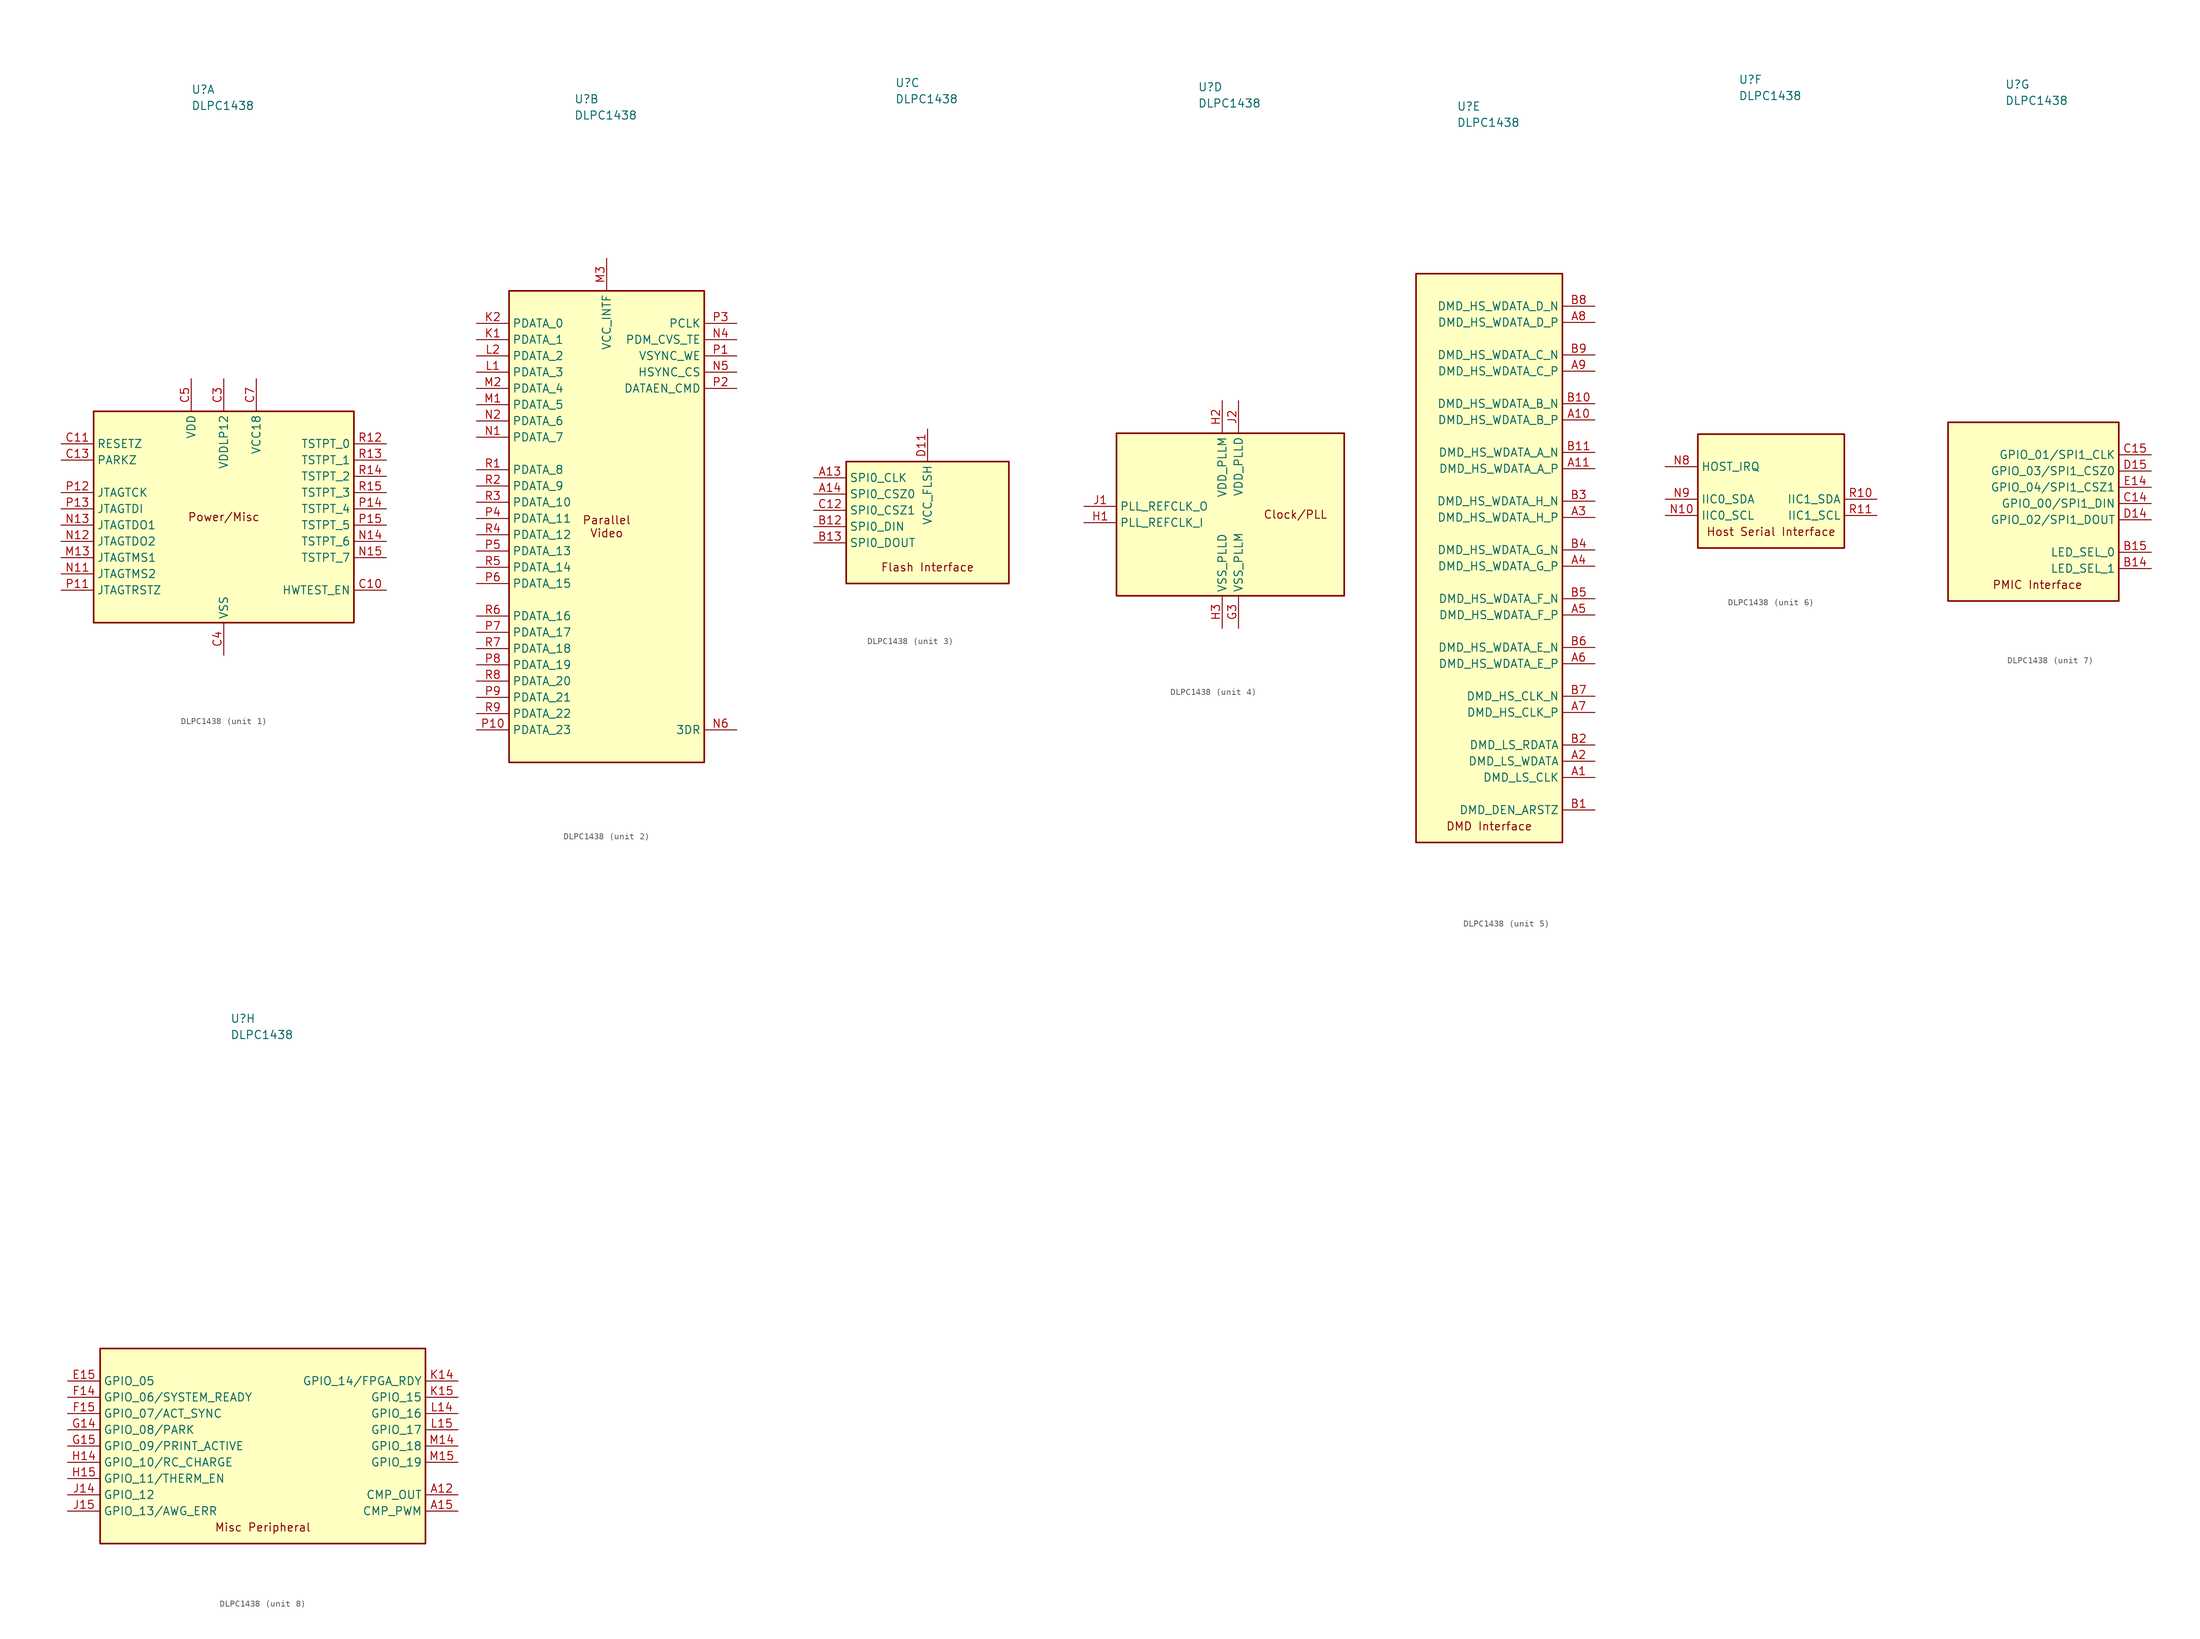
<source format=kicad_sym>
(kicad_symbol_lib
  (version 20241209)
  (generator "kicad_symbol_editor")
  (generator_version "9.0")
  (symbol "DLPC1438"
    (property "Reference" "U"
      (at -5.08 66.04 0)
      (effects (font (size 1.27 1.27)) (justify left bottom)))
    (property "Value" "DLPC1438"
      (at -5.08 63.5 0)
      (effects (font (size 1.27 1.27)) (justify left bottom)))
    (property "ki_locked" ""
      (at 0 0 0)
      (effects (font (size 1.27 1.27))))
    (symbol "DLPC1438_1_1"
      (rectangle (start -20.32 16.51) (end 20.32 -16.51) (stroke (width 0.254) (type solid)) (fill (type background)))
      (text "Power/Misc" (at 0 0 0) (effects (font (size 1.27 1.27))))
      (pin input line (at -25.4 11.43 0) (length 5.08) (name "RESETZ" (effects (font (size 1.27 1.27)))) (number "C11" (effects (font (size 1.27 1.27)))))
      (pin input line (at -25.4 8.89 0) (length 5.08) (name "PARKZ" (effects (font (size 1.27 1.27)))) (number "C13" (effects (font (size 1.27 1.27)))))
      (pin input line (at -25.4 3.81 0) (length 5.08) (name "JTAGTCK" (effects (font (size 1.27 1.27)))) (number "P12" (effects (font (size 1.27 1.27)))))
      (pin input line (at -25.4 1.27 0) (length 5.08) (name "JTAGTDI" (effects (font (size 1.27 1.27)))) (number "P13" (effects (font (size 1.27 1.27)))))
      (pin output line (at -25.4 -1.27 0) (length 5.08) (name "JTAGTDO1" (effects (font (size 1.27 1.27)))) (number "N13" (effects (font (size 1.27 1.27)))))
      (pin output line (at -25.4 -3.81 0) (length 5.08) (name "JTAGTDO2" (effects (font (size 1.27 1.27)))) (number "N12" (effects (font (size 1.27 1.27)))))
      (pin input line (at -25.4 -6.35 0) (length 5.08) (name "JTAGTMS1" (effects (font (size 1.27 1.27)))) (number "M13" (effects (font (size 1.27 1.27)))))
      (pin input line (at -25.4 -8.89 0) (length 5.08) (name "JTAGTMS2" (effects (font (size 1.27 1.27)))) (number "N11" (effects (font (size 1.27 1.27)))))
      (pin input line (at -25.4 -11.43 0) (length 5.08) (name "JTAGTRSTZ" (effects (font (size 1.27 1.27)))) (number "P11" (effects (font (size 1.27 1.27)))))
      (pin power_in line (at -5.08 21.59 270) (length 5.08) (name "VDD" (effects (font (size 1.27 1.27)))) (number "C5" (effects (font (size 1.27 1.27)))))
      (pin power_in line (at -5.08 21.59 270) (length 5.08) (hide yes) (name "VDD" (effects (font (size 1.27 1.27)))) (number "D12" (effects (font (size 1.27 1.27)))))
      (pin power_in line (at -5.08 21.59 270) (length 5.08) (hide yes) (name "VDD" (effects (font (size 1.27 1.27)))) (number "D13" (effects (font (size 1.27 1.27)))))
      (pin power_in line (at -5.08 21.59 270) (length 5.08) (hide yes) (name "VDD" (effects (font (size 1.27 1.27)))) (number "D3" (effects (font (size 1.27 1.27)))))
      (pin power_in line (at -5.08 21.59 270) (length 5.08) (hide yes) (name "VDD" (effects (font (size 1.27 1.27)))) (number "D5" (effects (font (size 1.27 1.27)))))
      (pin power_in line (at -5.08 21.59 270) (length 5.08) (hide yes) (name "VDD" (effects (font (size 1.27 1.27)))) (number "D7" (effects (font (size 1.27 1.27)))))
      (pin power_in line (at -5.08 21.59 270) (length 5.08) (hide yes) (name "VDD" (effects (font (size 1.27 1.27)))) (number "D9" (effects (font (size 1.27 1.27)))))
      (pin power_in line (at -5.08 21.59 270) (length 5.08) (hide yes) (name "VDD" (effects (font (size 1.27 1.27)))) (number "E3" (effects (font (size 1.27 1.27)))))
      (pin power_in line (at -5.08 21.59 270) (length 5.08) (hide yes) (name "VDD" (effects (font (size 1.27 1.27)))) (number "F13" (effects (font (size 1.27 1.27)))))
      (pin power_in line (at -5.08 21.59 270) (length 5.08) (hide yes) (name "VDD" (effects (font (size 1.27 1.27)))) (number "H13" (effects (font (size 1.27 1.27)))))
      (pin power_in line (at -5.08 21.59 270) (length 5.08) (hide yes) (name "VDD" (effects (font (size 1.27 1.27)))) (number "J12" (effects (font (size 1.27 1.27)))))
      (pin power_in line (at -5.08 21.59 270) (length 5.08) (hide yes) (name "VDD" (effects (font (size 1.27 1.27)))) (number "J4" (effects (font (size 1.27 1.27)))))
      (pin power_in line (at -5.08 21.59 270) (length 5.08) (hide yes) (name "VDD" (effects (font (size 1.27 1.27)))) (number "K3" (effects (font (size 1.27 1.27)))))
      (pin power_in line (at -5.08 21.59 270) (length 5.08) (hide yes) (name "VDD" (effects (font (size 1.27 1.27)))) (number "L12" (effects (font (size 1.27 1.27)))))
      (pin power_in line (at -5.08 21.59 270) (length 5.08) (hide yes) (name "VDD" (effects (font (size 1.27 1.27)))) (number "L13" (effects (font (size 1.27 1.27)))))
      (pin power_in line (at -5.08 21.59 270) (length 5.08) (hide yes) (name "VDD" (effects (font (size 1.27 1.27)))) (number "L4" (effects (font (size 1.27 1.27)))))
      (pin power_in line (at -5.08 21.59 270) (length 5.08) (hide yes) (name "VDD" (effects (font (size 1.27 1.27)))) (number "M10" (effects (font (size 1.27 1.27)))))
      (pin power_in line (at -5.08 21.59 270) (length 5.08) (hide yes) (name "VDD" (effects (font (size 1.27 1.27)))) (number "M6" (effects (font (size 1.27 1.27)))))
      (pin power_in line (at -5.08 21.59 270) (length 5.08) (hide yes) (name "VDD" (effects (font (size 1.27 1.27)))) (number "M9" (effects (font (size 1.27 1.27)))))
      (pin power_in line (at 0 21.59 270) (length 5.08) (name "VDDLP12" (effects (font (size 1.27 1.27)))) (number "C3" (effects (font (size 1.27 1.27)))))
      (pin power_in line (at 0 -21.59 90) (length 5.08) (name "VSS" (effects (font (size 1.27 1.27)))) (number "C4" (effects (font (size 1.27 1.27)))))
      (pin power_in line (at 0 -21.59 90) (length 5.08) (hide yes) (name "VSS" (effects (font (size 1.27 1.27)))) (number "C6" (effects (font (size 1.27 1.27)))))
      (pin power_in line (at 0 -21.59 90) (length 5.08) (hide yes) (name "VSS" (effects (font (size 1.27 1.27)))) (number "C8" (effects (font (size 1.27 1.27)))))
      (pin power_in line (at 0 -21.59 90) (length 5.08) (hide yes) (name "VSS" (effects (font (size 1.27 1.27)))) (number "D10" (effects (font (size 1.27 1.27)))))
      (pin power_in line (at 0 -21.59 90) (length 5.08) (hide yes) (name "VSS" (effects (font (size 1.27 1.27)))) (number "D6" (effects (font (size 1.27 1.27)))))
      (pin power_in line (at 0 -21.59 90) (length 5.08) (hide yes) (name "VSS" (effects (font (size 1.27 1.27)))) (number "D8" (effects (font (size 1.27 1.27)))))
      (pin power_in line (at 0 -21.59 90) (length 5.08) (hide yes) (name "VSS" (effects (font (size 1.27 1.27)))) (number "E13" (effects (font (size 1.27 1.27)))))
      (pin power_in line (at 0 -21.59 90) (length 5.08) (hide yes) (name "VSS" (effects (font (size 1.27 1.27)))) (number "E4" (effects (font (size 1.27 1.27)))))
      (pin power_in line (at 0 -21.59 90) (length 5.08) (hide yes) (name "VSS" (effects (font (size 1.27 1.27)))) (number "F10" (effects (font (size 1.27 1.27)))))
      (pin power_in line (at 0 -21.59 90) (length 5.08) (hide yes) (name "VSS" (effects (font (size 1.27 1.27)))) (number "F4" (effects (font (size 1.27 1.27)))))
      (pin power_in line (at 0 -21.59 90) (length 5.08) (hide yes) (name "VSS" (effects (font (size 1.27 1.27)))) (number "F6" (effects (font (size 1.27 1.27)))))
      (pin power_in line (at 0 -21.59 90) (length 5.08) (hide yes) (name "VSS" (effects (font (size 1.27 1.27)))) (number "F7" (effects (font (size 1.27 1.27)))))
      (pin power_in line (at 0 -21.59 90) (length 5.08) (hide yes) (name "VSS" (effects (font (size 1.27 1.27)))) (number "F8" (effects (font (size 1.27 1.27)))))
      (pin power_in line (at 0 -21.59 90) (length 5.08) (hide yes) (name "VSS" (effects (font (size 1.27 1.27)))) (number "F9" (effects (font (size 1.27 1.27)))))
      (pin power_in line (at 0 -21.59 90) (length 5.08) (hide yes) (name "VSS" (effects (font (size 1.27 1.27)))) (number "G10" (effects (font (size 1.27 1.27)))))
      (pin power_in line (at 0 -21.59 90) (length 5.08) (hide yes) (name "VSS" (effects (font (size 1.27 1.27)))) (number "G12" (effects (font (size 1.27 1.27)))))
      (pin power_in line (at 0 -21.59 90) (length 5.08) (hide yes) (name "VSS" (effects (font (size 1.27 1.27)))) (number "G13" (effects (font (size 1.27 1.27)))))
      (pin power_in line (at 0 -21.59 90) (length 5.08) (hide yes) (name "VSS" (effects (font (size 1.27 1.27)))) (number "G4" (effects (font (size 1.27 1.27)))))
      (pin power_in line (at 0 -21.59 90) (length 5.08) (hide yes) (name "VSS" (effects (font (size 1.27 1.27)))) (number "G6" (effects (font (size 1.27 1.27)))))
      (pin power_in line (at 0 -21.59 90) (length 5.08) (hide yes) (name "VSS" (effects (font (size 1.27 1.27)))) (number "G7" (effects (font (size 1.27 1.27)))))
      (pin power_in line (at 0 -21.59 90) (length 5.08) (hide yes) (name "VSS" (effects (font (size 1.27 1.27)))) (number "G8" (effects (font (size 1.27 1.27)))))
      (pin power_in line (at 0 -21.59 90) (length 5.08) (hide yes) (name "VSS" (effects (font (size 1.27 1.27)))) (number "G9" (effects (font (size 1.27 1.27)))))
      (pin power_in line (at 0 -21.59 90) (length 5.08) (hide yes) (name "VSS" (effects (font (size 1.27 1.27)))) (number "H10" (effects (font (size 1.27 1.27)))))
      (pin power_in line (at 0 -21.59 90) (length 5.08) (hide yes) (name "VSS" (effects (font (size 1.27 1.27)))) (number "H12" (effects (font (size 1.27 1.27)))))
      (pin power_in line (at 0 -21.59 90) (length 5.08) (hide yes) (name "VSS" (effects (font (size 1.27 1.27)))) (number "H4" (effects (font (size 1.27 1.27)))))
      (pin power_in line (at 0 -21.59 90) (length 5.08) (hide yes) (name "VSS" (effects (font (size 1.27 1.27)))) (number "H6" (effects (font (size 1.27 1.27)))))
      (pin power_in line (at 0 -21.59 90) (length 5.08) (hide yes) (name "VSS" (effects (font (size 1.27 1.27)))) (number "H7" (effects (font (size 1.27 1.27)))))
      (pin power_in line (at 0 -21.59 90) (length 5.08) (hide yes) (name "VSS" (effects (font (size 1.27 1.27)))) (number "H8" (effects (font (size 1.27 1.27)))))
      (pin power_in line (at 0 -21.59 90) (length 5.08) (hide yes) (name "VSS" (effects (font (size 1.27 1.27)))) (number "H9" (effects (font (size 1.27 1.27)))))
      (pin power_in line (at 0 -21.59 90) (length 5.08) (hide yes) (name "VSS" (effects (font (size 1.27 1.27)))) (number "J10" (effects (font (size 1.27 1.27)))))
      (pin power_in line (at 0 -21.59 90) (length 5.08) (hide yes) (name "VSS" (effects (font (size 1.27 1.27)))) (number "J13" (effects (font (size 1.27 1.27)))))
      (pin power_in line (at 0 -21.59 90) (length 5.08) (hide yes) (name "VSS" (effects (font (size 1.27 1.27)))) (number "J3" (effects (font (size 1.27 1.27)))))
      (pin power_in line (at 0 -21.59 90) (length 5.08) (hide yes) (name "VSS" (effects (font (size 1.27 1.27)))) (number "J6" (effects (font (size 1.27 1.27)))))
      (pin power_in line (at 0 -21.59 90) (length 5.08) (hide yes) (name "VSS" (effects (font (size 1.27 1.27)))) (number "J7" (effects (font (size 1.27 1.27)))))
      (pin power_in line (at 0 -21.59 90) (length 5.08) (hide yes) (name "VSS" (effects (font (size 1.27 1.27)))) (number "J8" (effects (font (size 1.27 1.27)))))
      (pin power_in line (at 0 -21.59 90) (length 5.08) (hide yes) (name "VSS" (effects (font (size 1.27 1.27)))) (number "J9" (effects (font (size 1.27 1.27)))))
      (pin power_in line (at 0 -21.59 90) (length 5.08) (hide yes) (name "VSS" (effects (font (size 1.27 1.27)))) (number "K10" (effects (font (size 1.27 1.27)))))
      (pin power_in line (at 0 -21.59 90) (length 5.08) (hide yes) (name "VSS" (effects (font (size 1.27 1.27)))) (number "K12" (effects (font (size 1.27 1.27)))))
      (pin power_in line (at 0 -21.59 90) (length 5.08) (hide yes) (name "VSS" (effects (font (size 1.27 1.27)))) (number "K4" (effects (font (size 1.27 1.27)))))
      (pin power_in line (at 0 -21.59 90) (length 5.08) (hide yes) (name "VSS" (effects (font (size 1.27 1.27)))) (number "K6" (effects (font (size 1.27 1.27)))))
      (pin power_in line (at 0 -21.59 90) (length 5.08) (hide yes) (name "VSS" (effects (font (size 1.27 1.27)))) (number "K7" (effects (font (size 1.27 1.27)))))
      (pin power_in line (at 0 -21.59 90) (length 5.08) (hide yes) (name "VSS" (effects (font (size 1.27 1.27)))) (number "K8" (effects (font (size 1.27 1.27)))))
      (pin power_in line (at 0 -21.59 90) (length 5.08) (hide yes) (name "VSS" (effects (font (size 1.27 1.27)))) (number "K9" (effects (font (size 1.27 1.27)))))
      (pin power_in line (at 0 -21.59 90) (length 5.08) (hide yes) (name "VSS" (effects (font (size 1.27 1.27)))) (number "L3" (effects (font (size 1.27 1.27)))))
      (pin power_in line (at 0 -21.59 90) (length 5.08) (hide yes) (name "VSS" (effects (font (size 1.27 1.27)))) (number "M12" (effects (font (size 1.27 1.27)))))
      (pin power_in line (at 0 -21.59 90) (length 5.08) (hide yes) (name "VSS" (effects (font (size 1.27 1.27)))) (number "M4" (effects (font (size 1.27 1.27)))))
      (pin power_in line (at 0 -21.59 90) (length 5.08) (hide yes) (name "VSS" (effects (font (size 1.27 1.27)))) (number "M5" (effects (font (size 1.27 1.27)))))
      (pin power_in line (at 0 -21.59 90) (length 5.08) (hide yes) (name "VSS" (effects (font (size 1.27 1.27)))) (number "M8" (effects (font (size 1.27 1.27)))))
      (pin no_connect line (at 1.27 16.51 0) (length 5.08) (hide yes) (name "DCLKP" (effects (font (size 1.27 1.27)))) (number "E1" (effects (font (size 1.27 1.27)))))
      (pin no_connect line (at 1.27 8.89 0) (length 5.08) (hide yes) (name "DCLKN" (effects (font (size 1.27 1.27)))) (number "E2" (effects (font (size 1.27 1.27)))))
      (pin no_connect line (at 1.27 6.35 0) (length 5.08) (hide yes) (name "DD0P" (effects (font (size 1.27 1.27)))) (number "G1" (effects (font (size 1.27 1.27)))))
      (pin no_connect line (at 1.27 3.81 0) (length 5.08) (hide yes) (name "DD0N" (effects (font (size 1.27 1.27)))) (number "G2" (effects (font (size 1.27 1.27)))))
      (pin no_connect line (at 1.27 1.27 0) (length 5.08) (hide yes) (name "DD1P" (effects (font (size 1.27 1.27)))) (number "F1" (effects (font (size 1.27 1.27)))))
      (pin no_connect line (at 1.27 -1.27 0) (length 5.08) (hide yes) (name "DD1N" (effects (font (size 1.27 1.27)))) (number "F2" (effects (font (size 1.27 1.27)))))
      (pin no_connect line (at 1.27 -3.81 0) (length 5.08) (hide yes) (name "DD2P" (effects (font (size 1.27 1.27)))) (number "D1" (effects (font (size 1.27 1.27)))))
      (pin no_connect line (at 1.27 -6.35 0) (length 5.08) (hide yes) (name "DD2N" (effects (font (size 1.27 1.27)))) (number "D2" (effects (font (size 1.27 1.27)))))
      (pin no_connect line (at 1.27 -8.89 0) (length 5.08) (hide yes) (name "DD3P" (effects (font (size 1.27 1.27)))) (number "C1" (effects (font (size 1.27 1.27)))))
      (pin no_connect line (at 1.27 -16.51 0) (length 5.08) (hide yes) (name "DD3N" (effects (font (size 1.27 1.27)))) (number "C2" (effects (font (size 1.27 1.27)))))
      (pin no_connect line (at 1.27 -16.51 0) (length 5.08) (hide yes) (name "RREF" (effects (font (size 1.27 1.27)))) (number "F3" (effects (font (size 1.27 1.27)))))
      (pin power_in line (at 5.08 21.59 270) (length 5.08) (name "VCC18" (effects (font (size 1.27 1.27)))) (number "C7" (effects (font (size 1.27 1.27)))))
      (pin power_in line (at 5.08 21.59 270) (length 5.08) (hide yes) (name "VCC18" (effects (font (size 1.27 1.27)))) (number "C9" (effects (font (size 1.27 1.27)))))
      (pin power_in line (at 5.08 21.59 270) (length 5.08) (hide yes) (name "VCC18" (effects (font (size 1.27 1.27)))) (number "D4" (effects (font (size 1.27 1.27)))))
      (pin power_in line (at 5.08 21.59 270) (length 5.08) (hide yes) (name "VCC18" (effects (font (size 1.27 1.27)))) (number "E12" (effects (font (size 1.27 1.27)))))
      (pin power_in line (at 5.08 21.59 270) (length 5.08) (hide yes) (name "VCC18" (effects (font (size 1.27 1.27)))) (number "F12" (effects (font (size 1.27 1.27)))))
      (pin power_in line (at 5.08 21.59 270) (length 5.08) (hide yes) (name "VCC18" (effects (font (size 1.27 1.27)))) (number "K13" (effects (font (size 1.27 1.27)))))
      (pin power_in line (at 5.08 21.59 270) (length 5.08) (hide yes) (name "VCC18" (effects (font (size 1.27 1.27)))) (number "M11" (effects (font (size 1.27 1.27)))))
      (pin bidirectional line (at 25.4 11.43 180) (length 5.08) (name "TSTPT_0" (effects (font (size 1.27 1.27)))) (number "R12" (effects (font (size 1.27 1.27)))))
      (pin bidirectional line (at 25.4 8.89 180) (length 5.08) (name "TSTPT_1" (effects (font (size 1.27 1.27)))) (number "R13" (effects (font (size 1.27 1.27)))))
      (pin bidirectional line (at 25.4 6.35 180) (length 5.08) (name "TSTPT_2" (effects (font (size 1.27 1.27)))) (number "R14" (effects (font (size 1.27 1.27)))))
      (pin bidirectional line (at 25.4 3.81 180) (length 5.08) (name "TSTPT_3" (effects (font (size 1.27 1.27)))) (number "R15" (effects (font (size 1.27 1.27)))))
      (pin bidirectional line (at 25.4 1.27 180) (length 5.08) (name "TSTPT_4" (effects (font (size 1.27 1.27)))) (number "P14" (effects (font (size 1.27 1.27)))))
      (pin bidirectional line (at 25.4 -1.27 180) (length 5.08) (name "TSTPT_5" (effects (font (size 1.27 1.27)))) (number "P15" (effects (font (size 1.27 1.27)))))
      (pin bidirectional line (at 25.4 -3.81 180) (length 5.08) (name "TSTPT_6" (effects (font (size 1.27 1.27)))) (number "N14" (effects (font (size 1.27 1.27)))))
      (pin bidirectional line (at 25.4 -6.35 180) (length 5.08) (name "TSTPT_7" (effects (font (size 1.27 1.27)))) (number "N15" (effects (font (size 1.27 1.27)))))
      (pin input line (at 25.4 -11.43 180) (length 5.08) (name "HWTEST_EN" (effects (font (size 1.27 1.27)))) (number "C10" (effects (font (size 1.27 1.27))))))
    (symbol "DLPC1438_2_1"
      (rectangle (start -15.24 36.83) (end 15.24 -36.83) (stroke (width 0.254) (type solid)) (fill (type background)))
      (text "Parallel\nVideo" (at 0 0 0) (effects (font (size 1.27 1.27))))
      (pin input line (at -20.32 31.75 0) (length 5.08) (name "PDATA_0" (effects (font (size 1.27 1.27)))) (number "K2" (effects (font (size 1.27 1.27)))))
      (pin input line (at -20.32 29.21 0) (length 5.08) (name "PDATA_1" (effects (font (size 1.27 1.27)))) (number "K1" (effects (font (size 1.27 1.27)))))
      (pin input line (at -20.32 26.67 0) (length 5.08) (name "PDATA_2" (effects (font (size 1.27 1.27)))) (number "L2" (effects (font (size 1.27 1.27)))))
      (pin input line (at -20.32 24.13 0) (length 5.08) (name "PDATA_3" (effects (font (size 1.27 1.27)))) (number "L1" (effects (font (size 1.27 1.27)))))
      (pin input line (at -20.32 21.59 0) (length 5.08) (name "PDATA_4" (effects (font (size 1.27 1.27)))) (number "M2" (effects (font (size 1.27 1.27)))))
      (pin input line (at -20.32 19.05 0) (length 5.08) (name "PDATA_5" (effects (font (size 1.27 1.27)))) (number "M1" (effects (font (size 1.27 1.27)))))
      (pin input line (at -20.32 16.51 0) (length 5.08) (name "PDATA_6" (effects (font (size 1.27 1.27)))) (number "N2" (effects (font (size 1.27 1.27)))))
      (pin input line (at -20.32 13.97 0) (length 5.08) (name "PDATA_7" (effects (font (size 1.27 1.27)))) (number "N1" (effects (font (size 1.27 1.27)))))
      (pin input line (at -20.32 8.89 0) (length 5.08) (name "PDATA_8" (effects (font (size 1.27 1.27)))) (number "R1" (effects (font (size 1.27 1.27)))))
      (pin input line (at -20.32 6.35 0) (length 5.08) (name "PDATA_9" (effects (font (size 1.27 1.27)))) (number "R2" (effects (font (size 1.27 1.27)))))
      (pin input line (at -20.32 3.81 0) (length 5.08) (name "PDATA_10" (effects (font (size 1.27 1.27)))) (number "R3" (effects (font (size 1.27 1.27)))))
      (pin input line (at -20.32 1.27 0) (length 5.08) (name "PDATA_11" (effects (font (size 1.27 1.27)))) (number "P4" (effects (font (size 1.27 1.27)))))
      (pin input line (at -20.32 -1.27 0) (length 5.08) (name "PDATA_12" (effects (font (size 1.27 1.27)))) (number "R4" (effects (font (size 1.27 1.27)))))
      (pin input line (at -20.32 -3.81 0) (length 5.08) (name "PDATA_13" (effects (font (size 1.27 1.27)))) (number "P5" (effects (font (size 1.27 1.27)))))
      (pin input line (at -20.32 -6.35 0) (length 5.08) (name "PDATA_14" (effects (font (size 1.27 1.27)))) (number "R5" (effects (font (size 1.27 1.27)))))
      (pin input line (at -20.32 -8.89 0) (length 5.08) (name "PDATA_15" (effects (font (size 1.27 1.27)))) (number "P6" (effects (font (size 1.27 1.27)))))
      (pin input line (at -20.32 -13.97 0) (length 5.08) (name "PDATA_16" (effects (font (size 1.27 1.27)))) (number "R6" (effects (font (size 1.27 1.27)))))
      (pin input line (at -20.32 -16.51 0) (length 5.08) (name "PDATA_17" (effects (font (size 1.27 1.27)))) (number "P7" (effects (font (size 1.27 1.27)))))
      (pin input line (at -20.32 -19.05 0) (length 5.08) (name "PDATA_18" (effects (font (size 1.27 1.27)))) (number "R7" (effects (font (size 1.27 1.27)))))
      (pin input line (at -20.32 -21.59 0) (length 5.08) (name "PDATA_19" (effects (font (size 1.27 1.27)))) (number "P8" (effects (font (size 1.27 1.27)))))
      (pin input line (at -20.32 -24.13 0) (length 5.08) (name "PDATA_20" (effects (font (size 1.27 1.27)))) (number "R8" (effects (font (size 1.27 1.27)))))
      (pin input line (at -20.32 -26.67 0) (length 5.08) (name "PDATA_21" (effects (font (size 1.27 1.27)))) (number "P9" (effects (font (size 1.27 1.27)))))
      (pin input line (at -20.32 -29.21 0) (length 5.08) (name "PDATA_22" (effects (font (size 1.27 1.27)))) (number "R9" (effects (font (size 1.27 1.27)))))
      (pin input line (at -20.32 -31.75 0) (length 5.08) (name "PDATA_23" (effects (font (size 1.27 1.27)))) (number "P10" (effects (font (size 1.27 1.27)))))
      (pin power_in line (at 0 41.91 270) (length 5.08) (name "VCC_INTF" (effects (font (size 1.27 1.27)))) (number "M3" (effects (font (size 1.27 1.27)))))
      (pin power_in line (at 0 41.91 270) (length 5.08) (hide yes) (name "VCC_INTF" (effects (font (size 1.27 1.27)))) (number "M7" (effects (font (size 1.27 1.27)))))
      (pin power_in line (at 0 41.91 270) (length 5.08) (hide yes) (name "VCC_INTF" (effects (font (size 1.27 1.27)))) (number "N3" (effects (font (size 1.27 1.27)))))
      (pin power_in line (at 0 41.91 270) (length 5.08) (hide yes) (name "VCC_INTF" (effects (font (size 1.27 1.27)))) (number "N7" (effects (font (size 1.27 1.27)))))
      (pin input line (at 20.32 31.75 180) (length 5.08) (name "PCLK" (effects (font (size 1.27 1.27)))) (number "P3" (effects (font (size 1.27 1.27)))))
      (pin bidirectional line (at 20.32 29.21 180) (length 5.08) (name "PDM_CVS_TE" (effects (font (size 1.27 1.27)))) (number "N4" (effects (font (size 1.27 1.27)))))
      (pin input line (at 20.32 26.67 180) (length 5.08) (name "VSYNC_WE" (effects (font (size 1.27 1.27)))) (number "P1" (effects (font (size 1.27 1.27)))))
      (pin input line (at 20.32 24.13 180) (length 5.08) (name "HSYNC_CS" (effects (font (size 1.27 1.27)))) (number "N5" (effects (font (size 1.27 1.27)))))
      (pin input line (at 20.32 21.59 180) (length 5.08) (name "DATAEN_CMD" (effects (font (size 1.27 1.27)))) (number "P2" (effects (font (size 1.27 1.27)))))
      (pin input line (at 20.32 -31.75 180) (length 5.08) (name "3DR" (effects (font (size 1.27 1.27)))) (number "N6" (effects (font (size 1.27 1.27))))))
    (symbol "DLPC1438_3_1"
      (rectangle (start -12.7 7.62) (end 12.7 -11.43) (stroke (width 0.254) (type solid)) (fill (type background)))
      (text "Flash Interface" (at 0 -8.89 0) (effects (font (size 1.27 1.27))))
      (pin output line (at -17.78 5.08 0) (length 5.08) (name "SPI0_CLK" (effects (font (size 1.27 1.27)))) (number "A13" (effects (font (size 1.27 1.27)))))
      (pin output line (at -17.78 2.54 0) (length 5.08) (name "SPI0_CSZ0" (effects (font (size 1.27 1.27)))) (number "A14" (effects (font (size 1.27 1.27)))))
      (pin output line (at -17.78 0 0) (length 5.08) (name "SPI0_CSZ1" (effects (font (size 1.27 1.27)))) (number "C12" (effects (font (size 1.27 1.27)))))
      (pin input line (at -17.78 -2.54 0) (length 5.08) (name "SPI0_DIN" (effects (font (size 1.27 1.27)))) (number "B12" (effects (font (size 1.27 1.27)))))
      (pin output line (at -17.78 -5.08 0) (length 5.08) (name "SPI0_DOUT" (effects (font (size 1.27 1.27)))) (number "B13" (effects (font (size 1.27 1.27)))))
      (pin power_in line (at 0 12.7 270) (length 5.08) (name "VCC_FLSH" (effects (font (size 1.27 1.27)))) (number "D11" (effects (font (size 1.27 1.27))))))
    (symbol "DLPC1438_4_1"
      (rectangle (start -17.78 12.7) (end 17.78 -12.7) (stroke (width 0.254) (type solid)) (fill (type background)))
      (text "Clock/PLL" (at 10.16 0 0) (effects (font (size 1.27 1.27))))
      (pin output line (at -22.86 1.27 0) (length 5.08) (name "PLL_REFCLK_O" (effects (font (size 1.27 1.27)))) (number "J1" (effects (font (size 1.27 1.27)))))
      (pin input line (at -22.86 -1.27 0) (length 5.08) (name "PLL_REFCLK_I" (effects (font (size 1.27 1.27)))) (number "H1" (effects (font (size 1.27 1.27)))))
      (pin power_in line (at -1.27 17.78 270) (length 5.08) (name "VDD_PLLM" (effects (font (size 1.27 1.27)))) (number "H2" (effects (font (size 1.27 1.27)))))
      (pin power_in line (at -1.27 -17.78 90) (length 5.08) (name "VSS_PLLD" (effects (font (size 1.27 1.27)))) (number "H3" (effects (font (size 1.27 1.27)))))
      (pin power_in line (at 1.27 17.78 270) (length 5.08) (name "VDD_PLLD" (effects (font (size 1.27 1.27)))) (number "J2" (effects (font (size 1.27 1.27)))))
      (pin power_in line (at 1.27 -17.78 90) (length 5.08) (name "VSS_PLLM" (effects (font (size 1.27 1.27)))) (number "G3" (effects (font (size 1.27 1.27))))))
    (symbol "DLPC1438_5_1"
      (rectangle (start -11.43 40.64) (end 11.43 -48.26) (stroke (width 0.254) (type solid)) (fill (type background)))
      (text "DMD Interface" (at 0 -45.72 0) (effects (font (size 1.27 1.27))))
      (pin output line (at 16.51 35.56 180) (length 5.08) (name "DMD_HS_WDATA_D_N" (effects (font (size 1.27 1.27)))) (number "B8" (effects (font (size 1.27 1.27)))))
      (pin output line (at 16.51 33.02 180) (length 5.08) (name "DMD_HS_WDATA_D_P" (effects (font (size 1.27 1.27)))) (number "A8" (effects (font (size 1.27 1.27)))))
      (pin output line (at 16.51 27.94 180) (length 5.08) (name "DMD_HS_WDATA_C_N" (effects (font (size 1.27 1.27)))) (number "B9" (effects (font (size 1.27 1.27)))))
      (pin output line (at 16.51 25.4 180) (length 5.08) (name "DMD_HS_WDATA_C_P" (effects (font (size 1.27 1.27)))) (number "A9" (effects (font (size 1.27 1.27)))))
      (pin output line (at 16.51 20.32 180) (length 5.08) (name "DMD_HS_WDATA_B_N" (effects (font (size 1.27 1.27)))) (number "B10" (effects (font (size 1.27 1.27)))))
      (pin output line (at 16.51 17.78 180) (length 5.08) (name "DMD_HS_WDATA_B_P" (effects (font (size 1.27 1.27)))) (number "A10" (effects (font (size 1.27 1.27)))))
      (pin output line (at 16.51 12.7 180) (length 5.08) (name "DMD_HS_WDATA_A_N" (effects (font (size 1.27 1.27)))) (number "B11" (effects (font (size 1.27 1.27)))))
      (pin output line (at 16.51 10.16 180) (length 5.08) (name "DMD_HS_WDATA_A_P" (effects (font (size 1.27 1.27)))) (number "A11" (effects (font (size 1.27 1.27)))))
      (pin output line (at 16.51 5.08 180) (length 5.08) (name "DMD_HS_WDATA_H_N" (effects (font (size 1.27 1.27)))) (number "B3" (effects (font (size 1.27 1.27)))))
      (pin output line (at 16.51 2.54 180) (length 5.08) (name "DMD_HS_WDATA_H_P" (effects (font (size 1.27 1.27)))) (number "A3" (effects (font (size 1.27 1.27)))))
      (pin output line (at 16.51 -2.54 180) (length 5.08) (name "DMD_HS_WDATA_G_N" (effects (font (size 1.27 1.27)))) (number "B4" (effects (font (size 1.27 1.27)))))
      (pin output line (at 16.51 -5.08 180) (length 5.08) (name "DMD_HS_WDATA_G_P" (effects (font (size 1.27 1.27)))) (number "A4" (effects (font (size 1.27 1.27)))))
      (pin output line (at 16.51 -10.16 180) (length 5.08) (name "DMD_HS_WDATA_F_N" (effects (font (size 1.27 1.27)))) (number "B5" (effects (font (size 1.27 1.27)))))
      (pin output line (at 16.51 -12.7 180) (length 5.08) (name "DMD_HS_WDATA_F_P" (effects (font (size 1.27 1.27)))) (number "A5" (effects (font (size 1.27 1.27)))))
      (pin output line (at 16.51 -17.78 180) (length 5.08) (name "DMD_HS_WDATA_E_N" (effects (font (size 1.27 1.27)))) (number "B6" (effects (font (size 1.27 1.27)))))
      (pin output line (at 16.51 -20.32 180) (length 5.08) (name "DMD_HS_WDATA_E_P" (effects (font (size 1.27 1.27)))) (number "A6" (effects (font (size 1.27 1.27)))))
      (pin output line (at 16.51 -25.4 180) (length 5.08) (name "DMD_HS_CLK_N" (effects (font (size 1.27 1.27)))) (number "B7" (effects (font (size 1.27 1.27)))))
      (pin output line (at 16.51 -27.94 180) (length 5.08) (name "DMD_HS_CLK_P" (effects (font (size 1.27 1.27)))) (number "A7" (effects (font (size 1.27 1.27)))))
      (pin input line (at 16.51 -33.02 180) (length 5.08) (name "DMD_LS_RDATA" (effects (font (size 1.27 1.27)))) (number "B2" (effects (font (size 1.27 1.27)))))
      (pin output line (at 16.51 -35.56 180) (length 5.08) (name "DMD_LS_WDATA" (effects (font (size 1.27 1.27)))) (number "A2" (effects (font (size 1.27 1.27)))))
      (pin output line (at 16.51 -38.1 180) (length 5.08) (name "DMD_LS_CLK" (effects (font (size 1.27 1.27)))) (number "A1" (effects (font (size 1.27 1.27)))))
      (pin output line (at 16.51 -43.18 180) (length 5.08) (name "DMD_DEN_ARSTZ" (effects (font (size 1.27 1.27)))) (number "B1" (effects (font (size 1.27 1.27))))))
    (symbol "DLPC1438_6_1"
      (rectangle (start -11.43 11.43) (end 11.43 -6.35) (stroke (width 0.254) (type solid)) (fill (type background)))
      (text "Host Serial Interface" (at 0 -3.81 0) (effects (font (size 1.27 1.27))))
      (pin output line (at -16.51 6.35 0) (length 5.08) (name "HOST_IRQ" (effects (font (size 1.27 1.27)))) (number "N8" (effects (font (size 1.27 1.27)))))
      (pin bidirectional line (at -16.51 1.27 0) (length 5.08) (name "IIC0_SDA" (effects (font (size 1.27 1.27)))) (number "N9" (effects (font (size 1.27 1.27)))))
      (pin bidirectional line (at -16.51 -1.27 0) (length 5.08) (name "IIC0_SCL" (effects (font (size 1.27 1.27)))) (number "N10" (effects (font (size 1.27 1.27)))))
      (pin bidirectional line (at 16.51 1.27 180) (length 5.08) (name "IIC1_SDA" (effects (font (size 1.27 1.27)))) (number "R10" (effects (font (size 1.27 1.27)))))
      (pin bidirectional line (at 16.51 -1.27 180) (length 5.08) (name "IIC1_SCL" (effects (font (size 1.27 1.27)))) (number "R11" (effects (font (size 1.27 1.27))))))
    (symbol "DLPC1438_7_1"
      (rectangle (start -13.97 13.97) (end 12.7 -13.97) (stroke (width 0.254) (type solid)) (fill (type background)))
      (text "PMIC Interface" (at 0 -11.43 0) (effects (font (size 1.27 1.27))))
      (pin bidirectional line (at 17.78 8.89 180) (length 5.08) (name "GPIO_01/SPI1_CLK" (effects (font (size 1.27 1.27)))) (number "C15" (effects (font (size 1.27 1.27)))))
      (pin bidirectional line (at 17.78 6.35 180) (length 5.08) (name "GPIO_03/SPI1_CSZ0" (effects (font (size 1.27 1.27)))) (number "D15" (effects (font (size 1.27 1.27)))))
      (pin bidirectional line (at 17.78 3.81 180) (length 5.08) (name "GPIO_04/SPI1_CSZ1" (effects (font (size 1.27 1.27)))) (number "E14" (effects (font (size 1.27 1.27)))))
      (pin bidirectional line (at 17.78 1.27 180) (length 5.08) (name "GPIO_00/SPI1_DIN" (effects (font (size 1.27 1.27)))) (number "C14" (effects (font (size 1.27 1.27)))))
      (pin bidirectional line (at 17.78 -1.27 180) (length 5.08) (name "GPIO_02/SPI1_DOUT" (effects (font (size 1.27 1.27)))) (number "D14" (effects (font (size 1.27 1.27)))))
      (pin output line (at 17.78 -6.35 180) (length 5.08) (name "LED_SEL_0" (effects (font (size 1.27 1.27)))) (number "B15" (effects (font (size 1.27 1.27)))))
      (pin output line (at 17.78 -8.89 180) (length 5.08) (name "LED_SEL_1" (effects (font (size 1.27 1.27)))) (number "B14" (effects (font (size 1.27 1.27))))))
    (symbol "DLPC1438_8_1"
      (rectangle (start -25.4 15.24) (end 25.4 -15.24) (stroke (width 0.254) (type solid)) (fill (type background)))
      (text "Misc Peripheral" (at 0 -12.7 0) (effects (font (size 1.27 1.27))))
      (pin bidirectional line (at -30.48 10.16 0) (length 5.08) (name "GPIO_05" (effects (font (size 1.27 1.27)))) (number "E15" (effects (font (size 1.27 1.27)))))
      (pin bidirectional line (at -30.48 7.62 0) (length 5.08) (name "GPIO_06/SYSTEM_READY" (effects (font (size 1.27 1.27)))) (number "F14" (effects (font (size 1.27 1.27)))))
      (pin bidirectional line (at -30.48 5.08 0) (length 5.08) (name "GPIO_07/ACT_SYNC" (effects (font (size 1.27 1.27)))) (number "F15" (effects (font (size 1.27 1.27)))))
      (pin bidirectional line (at -30.48 2.54 0) (length 5.08) (name "GPIO_08/PARK" (effects (font (size 1.27 1.27)))) (number "G14" (effects (font (size 1.27 1.27)))))
      (pin bidirectional line (at -30.48 0 0) (length 5.08) (name "GPIO_09/PRINT_ACTIVE" (effects (font (size 1.27 1.27)))) (number "G15" (effects (font (size 1.27 1.27)))))
      (pin bidirectional line (at -30.48 -2.54 0) (length 5.08) (name "GPIO_10/RC_CHARGE" (effects (font (size 1.27 1.27)))) (number "H14" (effects (font (size 1.27 1.27)))))
      (pin bidirectional line (at -30.48 -5.08 0) (length 5.08) (name "GPIO_11/THERM_EN" (effects (font (size 1.27 1.27)))) (number "H15" (effects (font (size 1.27 1.27)))))
      (pin bidirectional line (at -30.48 -7.62 0) (length 5.08) (name "GPIO_12" (effects (font (size 1.27 1.27)))) (number "J14" (effects (font (size 1.27 1.27)))))
      (pin bidirectional line (at -30.48 -10.16 0) (length 5.08) (name "GPIO_13/AWG_ERR" (effects (font (size 1.27 1.27)))) (number "J15" (effects (font (size 1.27 1.27)))))
      (pin bidirectional line (at 30.48 10.16 180) (length 5.08) (name "GPIO_14/FPGA_RDY" (effects (font (size 1.27 1.27)))) (number "K14" (effects (font (size 1.27 1.27)))))
      (pin bidirectional line (at 30.48 7.62 180) (length 5.08) (name "GPIO_15" (effects (font (size 1.27 1.27)))) (number "K15" (effects (font (size 1.27 1.27)))))
      (pin bidirectional line (at 30.48 5.08 180) (length 5.08) (name "GPIO_16" (effects (font (size 1.27 1.27)))) (number "L14" (effects (font (size 1.27 1.27)))))
      (pin bidirectional line (at 30.48 2.54 180) (length 5.08) (name "GPIO_17" (effects (font (size 1.27 1.27)))) (number "L15" (effects (font (size 1.27 1.27)))))
      (pin bidirectional line (at 30.48 0 180) (length 5.08) (name "GPIO_18" (effects (font (size 1.27 1.27)))) (number "M14" (effects (font (size 1.27 1.27)))))
      (pin bidirectional line (at 30.48 -2.54 180) (length 5.08) (name "GPIO_19" (effects (font (size 1.27 1.27)))) (number "M15" (effects (font (size 1.27 1.27)))))
      (pin input line (at 30.48 -7.62 180) (length 5.08) (name "CMP_OUT" (effects (font (size 1.27 1.27)))) (number "A12" (effects (font (size 1.27 1.27)))))
      (pin output line (at 30.48 -10.16 180) (length 5.08) (name "CMP_PWM" (effects (font (size 1.27 1.27)))) (number "A15" (effects (font (size 1.27 1.27))))))))
</source>
